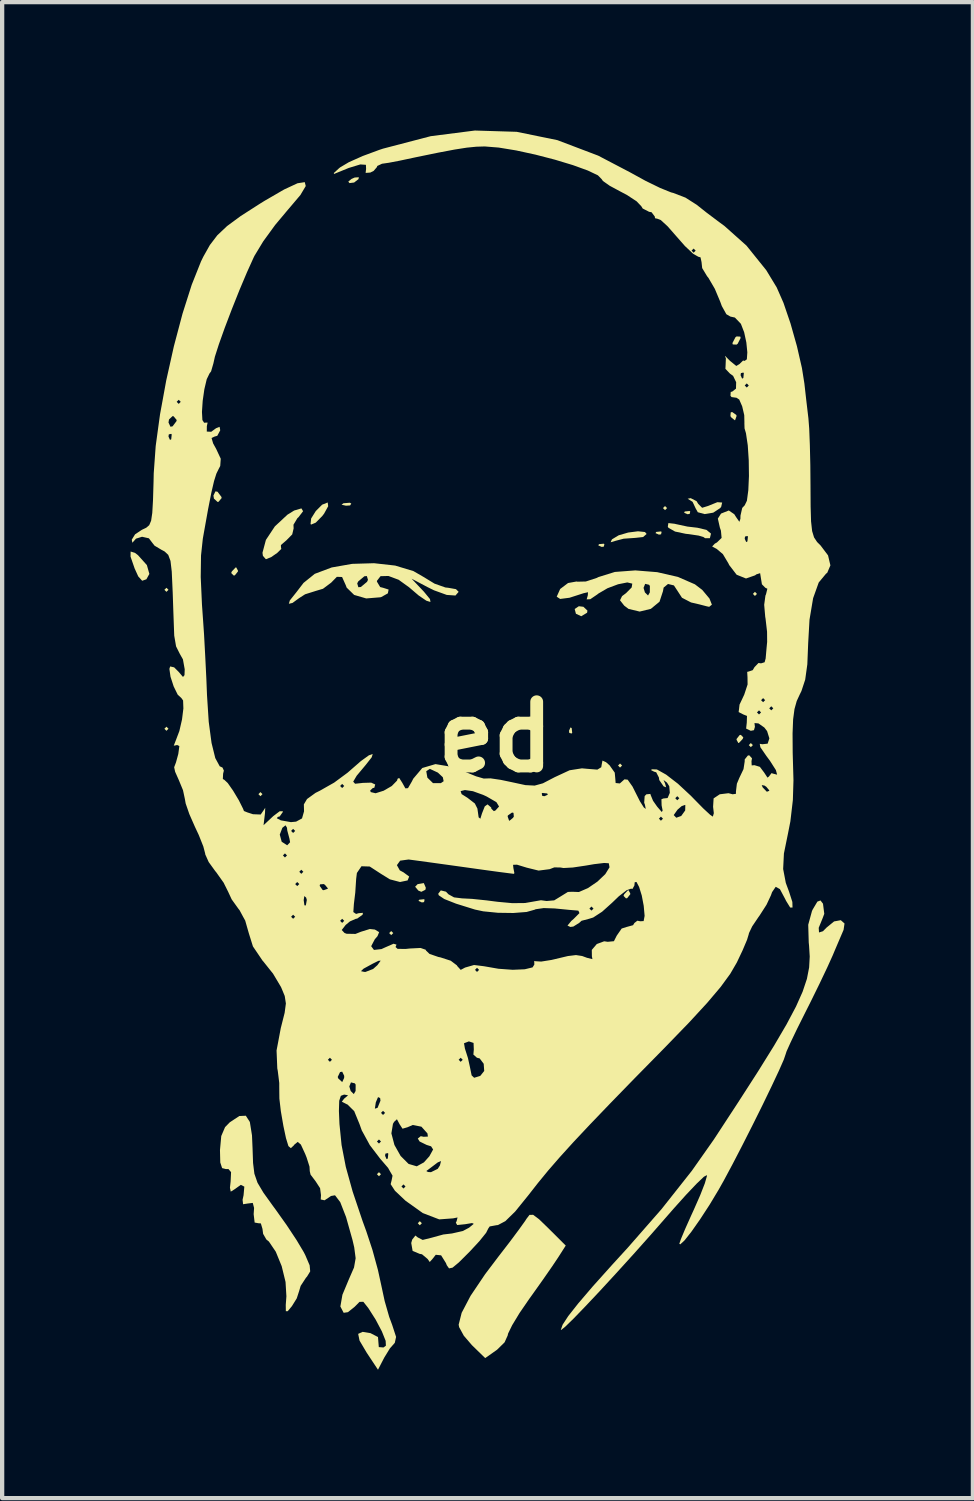
<source format=kicad_pcb>
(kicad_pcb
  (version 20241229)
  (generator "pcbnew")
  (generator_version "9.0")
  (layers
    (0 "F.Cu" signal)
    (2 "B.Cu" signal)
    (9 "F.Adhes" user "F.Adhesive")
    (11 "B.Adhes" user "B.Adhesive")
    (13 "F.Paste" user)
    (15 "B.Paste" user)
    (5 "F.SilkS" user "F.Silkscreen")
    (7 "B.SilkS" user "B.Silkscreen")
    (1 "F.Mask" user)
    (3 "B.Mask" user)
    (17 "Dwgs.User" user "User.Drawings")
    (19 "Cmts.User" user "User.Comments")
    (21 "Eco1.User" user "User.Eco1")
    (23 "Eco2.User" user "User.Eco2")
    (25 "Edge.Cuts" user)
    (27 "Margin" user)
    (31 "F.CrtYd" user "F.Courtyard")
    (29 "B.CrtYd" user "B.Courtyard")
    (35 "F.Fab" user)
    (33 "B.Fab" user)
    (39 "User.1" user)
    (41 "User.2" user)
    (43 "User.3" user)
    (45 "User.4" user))
  (footprint "ed"
    (layer "F.Cu")
    (at 8.526 14.169)
    (property "Reference" "ed" (at 0 0 0) (layer "F.SilkS") (effects (font (size 1.5 1.5) (thickness 0.3))))
    (attr board_only exclude_from_pos_files exclude_from_bom allow_missing_courtyard)
    (fp_poly (pts (xy -7.639 -3.438) (xy -7.687 -3.39) (xy -7.735 -3.438) (xy -7.687 -3.485)) (stroke (width 0) (type solid)) (fill yes) (layer "F.SilkS"))
    (fp_poly (pts (xy -7.639 -0.191) (xy -7.687 -0.143) (xy -7.735 -0.191) (xy -7.687 -0.239)) (stroke (width 0) (type solid)) (fill yes) (layer "F.SilkS"))
    (fp_poly (pts (xy -5.443 1.337) (xy -5.491 1.385) (xy -5.538 1.337) (xy -5.491 1.289)) (stroke (width 0) (type solid)) (fill yes) (layer "F.SilkS"))
    (fp_poly (pts (xy -2.674 10.217) (xy -2.721 10.265) (xy -2.769 10.217) (xy -2.721 10.17)) (stroke (width 0) (type solid)) (fill yes) (layer "F.SilkS"))
    (fp_poly (pts (xy -2.387 4.583) (xy -2.435 4.631) (xy -2.483 4.583) (xy -2.435 4.536)) (stroke (width 0) (type solid)) (fill yes) (layer "F.SilkS"))
    (fp_poly (pts (xy -1.719 11.363) (xy -1.767 11.411) (xy -1.814 11.363) (xy -1.767 11.315)) (stroke (width 0) (type solid)) (fill yes) (layer "F.SilkS"))
    (fp_poly (pts (xy 2.96 0.668) (xy 2.912 0.716) (xy 2.865 0.668) (xy 2.912 0.621)) (stroke (width 0) (type solid)) (fill yes) (layer "F.SilkS"))
    (fp_poly (pts (xy 4.011 -5.347) (xy 3.963 -5.3) (xy 3.915 -5.347) (xy 3.963 -5.395)) (stroke (width 0) (type solid)) (fill yes) (layer "F.SilkS"))
    (fp_poly (pts (xy 6.016 0.191) (xy 5.968 0.239) (xy 5.92 0.191) (xy 5.968 0.143)) (stroke (width 0) (type solid)) (fill yes) (layer "F.SilkS"))
    (fp_poly (pts (xy 6.111 -3.342) (xy 6.064 -3.294) (xy 6.016 -3.342) (xy 6.064 -3.39)) (stroke (width 0) (type solid)) (fill yes) (layer "F.SilkS"))
    (fp_poly (pts (xy -3.368 -5.453) (xy -3.396 -5.409) (xy -3.493 -5.403) (xy -3.595 -5.426) (xy -3.551 -5.46) (xy -3.402 -5.472)) (stroke (width 0) (type solid)) (fill yes) (layer "F.SilkS"))
    (fp_poly (pts (xy -1.655 3.804) (xy -1.668 3.86) (xy -1.719 3.867) (xy -1.797 3.832) (xy -1.782 3.804) (xy -1.669 3.792)) (stroke (width 0) (type solid)) (fill yes) (layer "F.SilkS"))
    (fp_poly (pts (xy 1.782 -0.207) (xy 1.794 -0.094) (xy 1.782 -0.08) (xy 1.726 -0.093) (xy 1.719 -0.143) (xy 1.754 -0.222)) (stroke (width 0) (type solid)) (fill yes) (layer "F.SilkS"))
    (fp_poly (pts (xy 2.546 -4.504) (xy 2.533 -4.447) (xy 2.483 -4.44) (xy 2.404 -4.475) (xy 2.419 -4.504) (xy 2.532 -4.515)) (stroke (width 0) (type solid)) (fill yes) (layer "F.SilkS"))
    (fp_poly (pts (xy 3.883 -4.79) (xy 3.87 -4.734) (xy 3.82 -4.727) (xy 3.741 -4.762) (xy 3.756 -4.79) (xy 3.869 -4.802)) (stroke (width 0) (type solid)) (fill yes) (layer "F.SilkS"))
    (fp_poly (pts (xy 4.552 -5.268) (xy 4.539 -5.211) (xy 4.488 -5.204) (xy 4.409 -5.239) (xy 4.424 -5.268) (xy 4.538 -5.279)) (stroke (width 0) (type solid)) (fill yes) (layer "F.SilkS"))
    (fp_poly (pts (xy -3.2 -13.033) (xy -3.302 -12.954) (xy -3.411 -12.941) (xy -3.438 -12.976) (xy -3.363 -13.038) (xy -3.289 -13.071) (xy -3.191 -13.077)) (stroke (width 0) (type solid)) (fill yes) (layer "F.SilkS"))
    (fp_poly (pts (xy -1.626 3.526) (xy -1.637 3.572) (xy -1.731 3.619) (xy -1.801 3.59) (xy -1.876 3.5) (xy -1.818 3.44) (xy -1.673 3.415)) (stroke (width 0) (type solid)) (fill yes) (layer "F.SilkS"))
    (fp_poly (pts (xy 2.056 -3.041) (xy 2.15 -2.952) (xy 2.142 -2.902) (xy 2.005 -2.82) (xy 1.881 -2.878) (xy 1.852 -2.989) (xy 1.949 -3.054)) (stroke (width 0) (type solid)) (fill yes) (layer "F.SilkS"))
    (fp_poly (pts (xy -6.493 -5.729) (xy -6.401 -5.607) (xy -6.398 -5.58) (xy -6.471 -5.493) (xy -6.493 -5.491) (xy -6.577 -5.568) (xy -6.589 -5.639) (xy -6.542 -5.738)) (stroke (width 0) (type solid)) (fill yes) (layer "F.SilkS"))
    (fp_poly (pts (xy -6.017 -3.889) (xy -6.016 -3.867) (xy -6.089 -3.775) (xy -6.117 -3.772) (xy -6.174 -3.83) (xy -6.159 -3.867) (xy -6.073 -3.958) (xy -6.058 -3.963)) (stroke (width 0) (type solid)) (fill yes) (layer "F.SilkS"))
    (fp_poly (pts (xy 3.15 3.655) (xy 3.151 3.676) (xy 3.078 3.768) (xy 3.05 3.772) (xy 2.993 3.713) (xy 3.008 3.676) (xy 3.094 3.585) (xy 3.109 3.581)) (stroke (width 0) (type solid)) (fill yes) (layer "F.SilkS"))
    (fp_poly (pts (xy 5.63 -7.522) (xy 5.634 -7.496) (xy 5.601 -7.403) (xy 5.592 -7.4) (xy 5.51 -7.467) (xy 5.491 -7.496) (xy 5.498 -7.584) (xy 5.533 -7.591)) (stroke (width 0) (type solid)) (fill yes) (layer "F.SilkS"))
    (fp_poly (pts (xy 5.722 -9.354) (xy 5.729 -9.321) (xy 5.66 -9.186) (xy 5.634 -9.167) (xy 5.546 -9.171) (xy 5.538 -9.203) (xy 5.608 -9.338) (xy 5.634 -9.358)) (stroke (width 0) (type solid)) (fill yes) (layer "F.SilkS"))
    (fp_poly (pts (xy 5.792 0.011) (xy 5.777 0.048) (xy 5.691 0.139) (xy 5.676 0.143) (xy 5.635 0.069) (xy 5.634 0.048) (xy 5.707 -0.044) (xy 5.735 -0.048)) (stroke (width 0) (type solid)) (fill yes) (layer "F.SilkS"))
    (fp_poly (pts (xy -8.423 -4.301) (xy -8.352 -4.247) (xy -8.144 -4.015) (xy -8.086 -3.809) (xy -8.155 -3.684) (xy -8.254 -3.649) (xy -8.346 -3.751) (xy -8.43 -3.936) (xy -8.526 -4.213) (xy -8.524 -4.332)) (stroke (width 0) (type solid)) (fill yes) (layer "F.SilkS"))
    (fp_poly (pts (xy -3.918 -5.475) (xy -3.908 -5.39) (xy -4.003 -5.218) (xy -4.044 -5.164) (xy -4.198 -5.007) (xy -4.306 -4.962) (xy -4.32 -4.974) (xy -4.306 -5.104) (xy -4.197 -5.278) (xy -4.05 -5.426) (xy -3.923 -5.477)) (stroke (width 0) (type solid)) (fill yes) (layer "F.SilkS"))
    (fp_poly (pts (xy 3.494 -4.788) (xy 3.533 -4.743) (xy 3.451 -4.671) (xy 3.27 -4.651) (xy 2.997 -4.632) (xy 2.817 -4.585) (xy 2.692 -4.548) (xy 2.719 -4.609) (xy 2.73 -4.621) (xy 2.88 -4.711) (xy 3.103 -4.776) (xy 3.331 -4.805)) (stroke (width 0) (type solid)) (fill yes) (layer "F.SilkS"))
    (fp_poly (pts (xy 4.191 -4.98) (xy 4.213 -4.974) (xy 4.487 -4.915) (xy 4.719 -4.888) (xy 4.931 -4.838) (xy 5.037 -4.751) (xy 5.011 -4.644) (xy 4.899 -4.643) (xy 4.862 -4.67) (xy 4.75 -4.704) (xy 4.522 -4.738) (xy 4.447 -4.746) (xy 4.197 -4.799) (xy 4.044 -4.886) (xy 4.028 -4.912) (xy 4.041 -4.997)) (stroke (width 0) (type solid)) (fill yes) (layer "F.SilkS"))
    (fp_poly (pts (xy 4.7 -5.509) (xy 4.739 -5.445) (xy 4.83 -5.354) (xy 4.969 -5.397) (xy 5.186 -5.485) (xy 5.298 -5.477) (xy 5.275 -5.377) (xy 5.252 -5.347) (xy 5.089 -5.24) (xy 4.889 -5.207) (xy 4.729 -5.25) (xy 4.679 -5.339) (xy 4.607 -5.493) (xy 4.56 -5.523) (xy 4.492 -5.566) (xy 4.563 -5.579)) (stroke (width 0) (type solid)) (fill yes) (layer "F.SilkS"))
    (fp_poly (pts (xy -4.494 -5.274) (xy -4.603 -5.132) (xy -4.626 -5.113) (xy -4.719 -4.958) (xy -4.715 -4.873) (xy -4.748 -4.732) (xy -4.885 -4.593) (xy -5.012 -4.484) (xy -5.011 -4.437) (xy -5.011 -4.437) (xy -5.003 -4.393) (xy -5.098 -4.3) (xy -5.236 -4.204) (xy -5.356 -4.154) (xy -5.366 -4.154) (xy -5.433 -4.232) (xy -5.443 -4.303) (xy -5.363 -4.603) (xy -5.154 -4.919) (xy -4.861 -5.192) (xy -4.703 -5.29) (xy -4.533 -5.34)) (stroke (width 0) (type solid)) (fill yes) (layer "F.SilkS"))
    (fp_poly (pts (xy 1.019 11.269) (xy 1.238 11.481) (xy 1.643 11.885) (xy 1.466 12.162) (xy 1.328 12.368) (xy 1.117 12.672) (xy 0.87 13.02) (xy 0.788 13.134) (xy 0.563 13.462) (xy 0.391 13.746) (xy 0.296 13.941) (xy 0.286 13.986) (xy 0.214 14.146) (xy 0.038 14.319) (xy 0.024 14.329) (xy -0.239 14.514) (xy -0.549 14.212) (xy -0.739 13.991) (xy -0.848 13.791) (xy -0.859 13.733) (xy -0.789 13.456) (xy -0.581 13.059) (xy -0.239 12.551) (xy 0.075 12.136) (xy 0.329 11.807) (xy 0.546 11.516) (xy 0.693 11.311) (xy 0.727 11.258) (xy 0.796 11.168) (xy 0.881 11.166)) (stroke (width 0) (type solid)) (fill yes) (layer "F.SilkS"))
    (fp_poly (pts (xy 3.78 -3.85) (xy 4.264 -3.739) (xy 4.661 -3.566) (xy 4.833 -3.435) (xy 5.001 -3.234) (xy 5.058 -3.091) (xy 4.995 -3.04) (xy 4.942 -3.051) (xy 4.761 -3.098) (xy 4.571 -3.142) (xy 4.359 -3.252) (xy 4.27 -3.389) (xy 4.171 -3.54) (xy 4.033 -3.574) (xy 3.93 -3.489) (xy 3.915 -3.405) (xy 3.834 -3.159) (xy 3.632 -2.993) (xy 3.371 -2.929) (xy 3.111 -2.991) (xy 3.01 -3.067) (xy 2.911 -3.193) (xy 2.959 -3.29) (xy 3.052 -3.36) (xy 3.174 -3.483) (xy 3.461 -3.483) (xy 3.493 -3.377) (xy 3.566 -3.305) (xy 3.608 -3.377) (xy 3.609 -3.526) (xy 3.591 -3.555) (xy 3.499 -3.577) (xy 3.461 -3.483) (xy 3.174 -3.483) (xy 3.183 -3.492) (xy 3.198 -3.582) (xy 3.082 -3.61) (xy 2.866 -3.567) (xy 2.618 -3.474) (xy 2.406 -3.35) (xy 2.38 -3.329) (xy 2.217 -3.218) (xy 2.132 -3.214) (xy 2.159 -3.311) (xy 2.163 -3.381) (xy 2.06 -3.358) (xy 1.731 -3.252) (xy 1.512 -3.224) (xy 1.432 -3.277) (xy 1.513 -3.457) (xy 1.697 -3.596) (xy 1.897 -3.632) (xy 1.915 -3.627) (xy 2.113 -3.632) (xy 2.369 -3.716) (xy 2.406 -3.735) (xy 2.791 -3.855) (xy 3.269 -3.891)) (stroke (width 0) (type solid)) (fill yes) (layer "F.SilkS"))
    (fp_poly (pts (xy -5.738 8.997) (xy -5.688 9.31) (xy -5.675 9.609) (xy -5.663 9.956) (xy -5.632 10.206) (xy -5.559 10.417) (xy -5.421 10.649) (xy -5.196 10.962) (xy -5.135 11.045) (xy -4.877 11.408) (xy -4.645 11.759) (xy -4.478 12.039) (xy -4.442 12.11) (xy -4.341 12.346) (xy -4.328 12.488) (xy -4.401 12.608) (xy -4.428 12.639) (xy -4.551 12.827) (xy -4.586 12.946) (xy -4.642 13.118) (xy -4.753 13.297) (xy -4.853 13.418) (xy -4.897 13.418) (xy -4.899 13.272) (xy -4.884 13.07) (xy -4.904 12.735) (xy -4.994 12.366) (xy -5.132 12.029) (xy -5.293 11.791) (xy -5.353 11.742) (xy -5.428 11.611) (xy -5.443 11.495) (xy -5.481 11.367) (xy -5.538 11.363) (xy -5.626 11.347) (xy -5.649 11.151) (xy -5.639 11.006) (xy -5.67 10.888) (xy -5.785 10.902) (xy -5.896 10.919) (xy -5.908 10.815) (xy -5.885 10.71) (xy -5.867 10.508) (xy -5.949 10.466) (xy -6.103 10.575) (xy -6.184 10.625) (xy -6.203 10.534) (xy -6.187 10.384) (xy -6.177 10.169) (xy -6.239 10.096) (xy -6.295 10.098) (xy -6.386 10.075) (xy -6.429 9.944) (xy -6.436 9.664) (xy -6.436 9.652) (xy -6.406 9.325) (xy -6.317 9.117) (xy -6.205 9.003) (xy -5.984 8.858) (xy -5.832 8.851)) (stroke (width 0) (type solid)) (fill yes) (layer "F.SilkS"))
    (fp_poly (pts (xy -2.343 -4.004) (xy -1.916 -3.875) (xy -1.689 -3.744) (xy -1.423 -3.582) (xy -1.169 -3.492) (xy -1.104 -3.485) (xy -0.922 -3.453) (xy -0.859 -3.39) (xy -0.934 -3.304) (xy -1.137 -3.318) (xy -1.435 -3.426) (xy -1.577 -3.496) (xy -1.958 -3.697) (xy -1.671 -3.394) (xy -1.529 -3.221) (xy -1.518 -3.153) (xy -1.614 -3.183) (xy -1.792 -3.304) (xy -2.017 -3.496) (xy -2.261 -3.672) (xy -2.5 -3.761) (xy -2.685 -3.756) (xy -2.768 -3.648) (xy -2.769 -3.629) (xy -2.693 -3.502) (xy -2.626 -3.485) (xy -2.496 -3.444) (xy -2.513 -3.355) (xy -2.665 -3.27) (xy -2.688 -3.263) (xy -3.019 -3.236) (xy -3.301 -3.318) (xy -3.476 -3.489) (xy -3.497 -3.545) (xy -3.516 -3.587) (xy -3.229 -3.587) (xy -3.203 -3.498) (xy -3.145 -3.503) (xy -3 -3.624) (xy -2.978 -3.67) (xy -3.004 -3.759) (xy -3.062 -3.754) (xy -3.206 -3.633) (xy -3.229 -3.587) (xy -3.516 -3.587) (xy -3.583 -3.737) (xy -3.705 -3.741) (xy -3.838 -3.605) (xy -4.029 -3.462) (xy -4.196 -3.412) (xy -4.447 -3.333) (xy -4.586 -3.244) (xy -4.741 -3.131) (xy -4.827 -3.111) (xy -4.804 -3.189) (xy -4.777 -3.223) (xy -4.651 -3.381) (xy -4.486 -3.596) (xy -4.485 -3.598) (xy -4.221 -3.811) (xy -3.825 -3.96) (xy -3.347 -4.044) (xy -2.836 -4.059)) (stroke (width 0) (type solid)) (fill yes) (layer "F.SilkS"))
    (fp_poly (pts (xy 7.654 3.897) (xy 7.684 4.133) (xy 7.643 4.242) (xy 7.554 4.46) (xy 7.561 4.569) (xy 7.653 4.54) (xy 7.738 4.454) (xy 7.913 4.311) (xy 8.07 4.282) (xy 8.157 4.359) (xy 8.135 4.508) (xy 8.054 4.697) (xy 7.935 4.976) (xy 7.879 5.109) (xy 7.756 5.381) (xy 7.575 5.762) (xy 7.364 6.192) (xy 7.239 6.44) (xy 7.05 6.818) (xy 6.899 7.133) (xy 6.803 7.346) (xy 6.78 7.417) (xy 6.738 7.54) (xy 6.624 7.799) (xy 6.454 8.161) (xy 6.245 8.594) (xy 6.012 9.063) (xy 5.772 9.537) (xy 5.542 9.981) (xy 5.337 10.364) (xy 5.22 10.572) (xy 5.003 10.933) (xy 4.782 11.272) (xy 4.58 11.56) (xy 4.418 11.765) (xy 4.318 11.857) (xy 4.297 11.842) (xy 4.335 11.732) (xy 4.434 11.495) (xy 4.578 11.173) (xy 4.633 11.053) (xy 4.784 10.71) (xy 4.893 10.431) (xy 4.941 10.263) (xy 4.941 10.239) (xy 4.872 10.276) (xy 4.704 10.436) (xy 4.457 10.696) (xy 4.156 11.031) (xy 4.027 11.179) (xy 3.637 11.625) (xy 3.23 12.082) (xy 2.826 12.527) (xy 2.445 12.941) (xy 2.105 13.302) (xy 1.828 13.589) (xy 1.631 13.781) (xy 1.534 13.858) (xy 1.528 13.855) (xy 1.57 13.734) (xy 1.701 13.533) (xy 1.932 13.24) (xy 2.272 12.842) (xy 2.732 12.329) (xy 3.091 11.936) (xy 3.883 11.031) (xy 4.589 10.138) (xy 5.104 9.406) (xy 5.669 8.542) (xy 6.135 7.818) (xy 6.51 7.215) (xy 6.803 6.715) (xy 7.023 6.3) (xy 7.178 5.953) (xy 7.278 5.654) (xy 7.33 5.387) (xy 7.344 5.132) (xy 7.328 4.872) (xy 7.321 4.806) (xy 7.309 4.388) (xy 7.397 4.067) (xy 7.414 4.031) (xy 7.523 3.848) (xy 7.596 3.821)) (stroke (width 0) (type solid)) (fill yes) (layer "F.SilkS"))
    (fp_poly (pts (xy 0.498 -14.139) (xy 1.449 -13.944) (xy 2.402 -13.582) (xy 3.141 -13.195) (xy 3.509 -12.993) (xy 3.849 -12.827) (xy 4.104 -12.724) (xy 4.157 -12.71) (xy 4.441 -12.601) (xy 4.703 -12.434) (xy 4.939 -12.247) (xy 5.236 -12.024) (xy 5.355 -11.936) (xy 5.866 -11.48) (xy 6.328 -10.906) (xy 6.572 -10.504) (xy 6.731 -10.142) (xy 6.895 -9.661) (xy 7.045 -9.13) (xy 7.162 -8.619) (xy 7.219 -8.26) (xy 7.261 -7.887) (xy 7.305 -7.513) (xy 7.313 -7.448) (xy 7.332 -7.202) (xy 7.347 -6.818) (xy 7.358 -6.351) (xy 7.362 -5.878) (xy 7.365 -5.381) (xy 7.375 -5.037) (xy 7.4 -4.81) (xy 7.445 -4.662) (xy 7.516 -4.555) (xy 7.597 -4.474) (xy 7.772 -4.242) (xy 7.827 -4.009) (xy 7.753 -3.835) (xy 7.725 -3.814) (xy 7.554 -3.608) (xy 7.423 -3.241) (xy 7.339 -2.74) (xy 7.308 -2.196) (xy 7.288 -1.697) (xy 7.238 -1.338) (xy 7.15 -1.071) (xy 7.116 -1.003) (xy 7.04 -0.838) (xy 6.988 -0.652) (xy 6.956 -0.411) (xy 6.943 -0.082) (xy 6.946 0.37) (xy 6.963 0.976) (xy 6.964 1.016) (xy 6.95 1.474) (xy 6.892 1.972) (xy 6.836 2.257) (xy 6.741 2.724) (xy 6.723 3.086) (xy 6.785 3.411) (xy 6.862 3.619) (xy 6.938 3.856) (xy 6.942 3.987) (xy 6.888 3.987) (xy 6.79 3.828) (xy 6.773 3.792) (xy 6.647 3.556) (xy 6.549 3.502) (xy 6.464 3.627) (xy 6.438 3.7) (xy 6.335 3.92) (xy 6.17 4.177) (xy 6.145 4.211) (xy 6 4.426) (xy 5.924 4.585) (xy 5.92 4.607) (xy 5.88 4.739) (xy 5.776 4.985) (xy 5.64 5.272) (xy 5.487 5.535) (xy 5.262 5.843) (xy 4.947 6.215) (xy 4.526 6.672) (xy 3.981 7.235) (xy 3.945 7.272) (xy 3.254 7.975) (xy 2.682 8.563) (xy 2.211 9.054) (xy 1.824 9.466) (xy 1.504 9.819) (xy 1.233 10.131) (xy 0.995 10.421) (xy 0.771 10.707) (xy 0.764 10.716) (xy 0.461 11.09) (xy 0.232 11.314) (xy 0.06 11.405) (xy 0.024 11.409) (xy -0.134 11.438) (xy -0.167 11.486) (xy -0.217 11.586) (xy -0.372 11.779) (xy -0.598 12.023) (xy -0.61 12.035) (xy -0.855 12.279) (xy -1.002 12.401) (xy -1.084 12.418) (xy -1.136 12.345) (xy -1.156 12.294) (xy -1.269 12.113) (xy -1.394 12.1) (xy -1.472 12.199) (xy -1.535 12.269) (xy -1.584 12.199) (xy -1.716 12.088) (xy -1.769 12.079) (xy -1.935 12.009) (xy -1.967 11.825) (xy -1.945 11.746) (xy -1.869 11.65) (xy -1.817 11.693) (xy -1.7 11.753) (xy -1.49 11.701) (xy -1.218 11.626) (xy -1.015 11.602) (xy -0.763 11.545) (xy -0.617 11.468) (xy -0.506 11.377) (xy -0.546 11.359) (xy -0.708 11.386) (xy -0.893 11.405) (xy -0.925 11.351) (xy -0.906 11.313) (xy -0.885 11.228) (xy -0.988 11.249) (xy -1.313 11.273) (xy -1.698 11.125) (xy -2.101 10.837) (xy -2.348 10.604) (xy -2.413 10.504) (xy -2.196 10.504) (xy -2.148 10.552) (xy -2.101 10.504) (xy -2.148 10.456) (xy -2.196 10.504) (xy -2.413 10.504) (xy -2.448 10.45) (xy -2.426 10.363) (xy -2.404 10.252) (xy -2.467 10.143) (xy -1.615 10.143) (xy -1.575 10.166) (xy -1.506 10.17) (xy -1.348 10.092) (xy -1.297 10.013) (xy -1.271 9.91) (xy -1.348 9.942) (xy -1.406 9.986) (xy -1.557 10.1) (xy -1.615 10.143) (xy -2.467 10.143) (xy -2.508 10.07) (xy -2.693 9.855) (xy -2.744 9.788) (xy -2.578 9.788) (xy -2.543 9.866) (xy -2.515 9.851) (xy -2.503 9.738) (xy -2.515 9.724) (xy -2.571 9.737) (xy -2.578 9.788) (xy -2.744 9.788) (xy -2.935 9.538) (xy -2.981 9.453) (xy -2.769 9.453) (xy -2.721 9.501) (xy -2.674 9.453) (xy -2.721 9.406) (xy -2.769 9.453) (xy -2.981 9.453) (xy -3.085 9.263) (xy -2.431 9.263) (xy -2.36 9.534) (xy -2.215 9.791) (xy -2.029 9.977) (xy -1.838 10.033) (xy -1.671 9.941) (xy -1.543 9.798) (xy -1.456 9.64) (xy -1.503 9.566) (xy -1.608 9.533) (xy -1.771 9.453) (xy -1.814 9.384) (xy -1.745 9.329) (xy -1.676 9.343) (xy -1.578 9.338) (xy -1.588 9.265) (xy -1.729 9.107) (xy -1.931 9.067) (xy -2.054 9.12) (xy -2.171 9.154) (xy -2.239 9.05) (xy -2.301 8.933) (xy -2.367 8.994) (xy -2.394 9.04) (xy -2.431 9.263) (xy -3.085 9.263) (xy -3.122 9.196) (xy -3.175 9.048) (xy -3.283 8.785) (xy -2.674 8.785) (xy -2.626 8.833) (xy -2.578 8.785) (xy -2.626 8.737) (xy -2.674 8.785) (xy -3.283 8.785) (xy -3.299 8.744) (xy -3.358 8.686) (xy -2.817 8.686) (xy -2.758 8.668) (xy -2.753 8.664) (xy -2.686 8.499) (xy -2.694 8.438) (xy -2.743 8.416) (xy -2.795 8.539) (xy -2.817 8.686) (xy -3.358 8.686) (xy -3.456 8.589) (xy -3.47 8.584) (xy -3.589 8.523) (xy -3.533 8.449) (xy -3.522 8.442) (xy -3.443 8.373) (xy -3.536 8.357) (xy -3.612 8.386) (xy -3.65 8.502) (xy -3.657 8.74) (xy -3.644 9.045) (xy -3.595 9.535) (xy -3.496 10.046) (xy -3.336 10.623) (xy -3.104 11.312) (xy -3.016 11.554) (xy -2.873 11.988) (xy -2.746 12.452) (xy -2.671 12.795) (xy -2.588 13.181) (xy -2.482 13.551) (xy -2.414 13.734) (xy -2.321 14.019) (xy -2.352 14.161) (xy -2.356 14.163) (xy -2.466 14.288) (xy -2.596 14.5) (xy -2.6 14.507) (xy -2.744 14.786) (xy -3.009 14.386) (xy -3.175 14.105) (xy -3.207 13.948) (xy -3.103 13.901) (xy -2.92 13.931) (xy -2.744 14.022) (xy -2.735 14.133) (xy -2.725 14.257) (xy -2.616 14.266) (xy -2.559 14.224) (xy -2.565 14.111) (xy -2.653 13.891) (xy -2.798 13.616) (xy -2.971 13.344) (xy -3.087 13.198) (xy -3.176 13.201) (xy -3.292 13.318) (xy -3.446 13.441) (xy -3.546 13.456) (xy -3.623 13.309) (xy -3.575 13.034) (xy -3.423 12.67) (xy -3.304 12.397) (xy -3.266 12.181) (xy -3.299 11.928) (xy -3.339 11.756) (xy -3.49 11.219) (xy -3.626 10.87) (xy -3.748 10.71) (xy -3.841 10.726) (xy -3.992 10.827) (xy -4.082 10.808) (xy -4.076 10.705) (xy -4.097 10.544) (xy -4.203 10.381) (xy -4.319 10.228) (xy -4.338 10.147) (xy -4.344 10.04) (xy -4.412 9.827) (xy -4.445 9.744) (xy -4.546 9.525) (xy -4.619 9.462) (xy -4.699 9.527) (xy -4.713 9.547) (xy -4.781 9.609) (xy -4.837 9.56) (xy -4.894 9.374) (xy -4.954 9.091) (xy -5.014 8.744) (xy -5.048 8.452) (xy -5.05 8.295) (xy -5.051 8.167) (xy -3.414 8.167) (xy -3.382 8.273) (xy -3.309 8.345) (xy -3.267 8.273) (xy -3.266 8.124) (xy -3.284 8.095) (xy -3.376 8.072) (xy -3.414 8.167) (xy -5.051 8.167) (xy -5.051 8.086) (xy -5.068 7.945) (xy -3.685 7.945) (xy -3.672 7.98) (xy -3.58 8.065) (xy -3.535 7.968) (xy -3.533 7.92) (xy -3.58 7.822) (xy -3.63 7.831) (xy -3.685 7.945) (xy -5.068 7.945) (xy -5.086 7.801) (xy -5.097 7.745) (xy -5.105 7.544) (xy -3.915 7.544) (xy -3.867 7.591) (xy -3.82 7.544) (xy -0.859 7.544) (xy -0.812 7.591) (xy -0.764 7.544) (xy -0.812 7.496) (xy -0.859 7.544) (xy -3.82 7.544) (xy -3.867 7.496) (xy -3.915 7.544) (xy -5.105 7.544) (xy -5.114 7.326) (xy -5.082 7.158) (xy -0.734 7.158) (xy -0.713 7.281) (xy -0.642 7.503) (xy -0.596 7.711) (xy -0.556 7.908) (xy -0.497 7.964) (xy -0.365 7.924) (xy -0.353 7.919) (xy -0.262 7.805) (xy -0.274 7.637) (xy -0.368 7.512) (xy -0.432 7.496) (xy -0.515 7.422) (xy -0.505 7.305) (xy -0.511 7.15) (xy -0.62 7.114) (xy -0.734 7.158) (xy -5.082 7.158) (xy -5.014 6.797) (xy -5.009 6.779) (xy -4.925 6.446) (xy -4.896 6.228) (xy -4.923 6.053) (xy -5.005 5.855) (xy -5.013 5.839) (xy -5.197 5.53) (xy -5.243 5.473) (xy -3.142 5.473) (xy -3.066 5.49) (xy -3.036 5.491) (xy -2.912 5.443) (xy -0.477 5.443) (xy -0.43 5.491) (xy -0.382 5.443) (xy -0.43 5.395) (xy -0.477 5.443) (xy -2.912 5.443) (xy -2.858 5.422) (xy -2.757 5.332) (xy -2.681 5.228) (xy -2.732 5.231) (xy -2.865 5.297) (xy -3.081 5.415) (xy -3.142 5.473) (xy -5.243 5.473) (xy -5.423 5.247) (xy -5.44 5.229) (xy -5.666 4.895) (xy -5.76 4.594) (xy -5.784 4.511) (xy -3.591 4.511) (xy -3.528 4.579) (xy -3.48 4.599) (xy -3.27 4.603) (xy -3.142 4.552) (xy -2.934 4.488) (xy -2.817 4.501) (xy -2.717 4.561) (xy -2.755 4.655) (xy -2.819 4.729) (xy -2.903 4.89) (xy -2.838 4.977) (xy -2.662 4.957) (xy -2.586 4.922) (xy -2.38 4.832) (xy -2.311 4.853) (xy -2.334 4.909) (xy -2.286 4.952) (xy -2.097 4.954) (xy -2.005 4.944) (xy -1.749 4.931) (xy -1.628 4.973) (xy -1.623 4.99) (xy -1.54 5.07) (xy -1.334 5.141) (xy -1.284 5.151) (xy -1.044 5.229) (xy -0.9 5.338) (xy -0.891 5.355) (xy -0.811 5.443) (xy -0.709 5.389) (xy -0.5 5.329) (xy -0.267 5.358) (xy 0.071 5.417) (xy 0.404 5.441) (xy 0.686 5.429) (xy 0.868 5.385) (xy 0.909 5.319) (xy 0.907 5.234) (xy 0.937 5.241) (xy 1.07 5.249) (xy 1.309 5.211) (xy 1.39 5.192) (xy 1.693 5.12) (xy 1.882 5.097) (xy 2.026 5.119) (xy 2.14 5.161) (xy 2.266 5.192) (xy 2.254 5.124) (xy 2.252 4.976) (xy 2.369 4.839) (xy 2.541 4.775) (xy 2.625 4.787) (xy 2.769 4.773) (xy 2.834 4.644) (xy 2.95 4.477) (xy 3.067 4.44) (xy 3.216 4.399) (xy 3.247 4.348) (xy 3.316 4.294) (xy 3.382 4.307) (xy 3.463 4.303) (xy 3.486 4.181) (xy 3.465 3.946) (xy 3.419 3.704) (xy 3.357 3.505) (xy 3.296 3.389) (xy 3.255 3.395) (xy 3.247 3.472) (xy 3.201 3.553) (xy 3.17 3.545) (xy 3.067 3.581) (xy 2.883 3.724) (xy 2.728 3.873) (xy 2.493 4.084) (xy 2.284 4.22) (xy 2.19 4.249) (xy 2.012 4.296) (xy 1.958 4.345) (xy 1.82 4.431) (xy 1.75 4.44) (xy 1.684 4.408) (xy 1.773 4.3) (xy 1.828 4.252) (xy 1.963 4.117) (xy 1.939 4.06) (xy 1.91 4.056) (xy 1.724 4.041) (xy 1.451 4.014) (xy 1.416 4.011) (xy 2.196 4.011) (xy 2.244 4.058) (xy 2.292 4.011) (xy 2.244 3.963) (xy 2.196 4.011) (xy 1.416 4.011) (xy 1.394 4.008) (xy 1.128 3.999) (xy 0.94 4.026) (xy 0.917 4.037) (xy 0.728 4.09) (xy 0.419 4.114) (xy 0.058 4.109) (xy -0.284 4.075) (xy -0.477 4.034) (xy -0.92 3.896) (xy -1.196 3.787) (xy -1.323 3.701) (xy -1.337 3.665) (xy -1.276 3.586) (xy -1.155 3.616) (xy -1.097 3.677) (xy -0.967 3.749) (xy -0.782 3.772) (xy -0.546 3.784) (xy -0.209 3.819) (xy 0.048 3.852) (xy 0.394 3.884) (xy 0.691 3.881) (xy 0.835 3.856) (xy 1.064 3.816) (xy 1.196 3.834) (xy 1.373 3.819) (xy 1.525 3.726) (xy 1.693 3.622) (xy 1.797 3.618) (xy 1.95 3.624) (xy 2.162 3.532) (xy 2.383 3.381) (xy 2.567 3.206) (xy 2.666 3.046) (xy 2.649 2.952) (xy 2.541 2.945) (xy 2.306 2.973) (xy 2.106 3.007) (xy 1.809 3.051) (xy 1.59 3.063) (xy 1.52 3.051) (xy 1.376 3.048) (xy 1.267 3.09) (xy 1.009 3.123) (xy 0.733 3.055) (xy 0.504 2.985) (xy 0.412 2.988) (xy 0.42 3.065) (xy 0.443 3.183) (xy 0.43 3.199) (xy 0.324 3.186) (xy 0.069 3.153) (xy -0.296 3.103) (xy -0.689 3.048) (xy -1.149 2.984) (xy -1.562 2.927) (xy -1.878 2.884) (xy -2.029 2.864) (xy -2.226 2.891) (xy -2.302 2.996) (xy -2.234 3.118) (xy -2.148 3.164) (xy -2.015 3.262) (xy -2.052 3.353) (xy -2.229 3.39) (xy -2.465 3.328) (xy -2.674 3.199) (xy -2.937 3.028) (xy -3.13 3.022) (xy -3.237 3.179) (xy -3.254 3.318) (xy -3.275 3.639) (xy -3.307 3.903) (xy -3.32 4.092) (xy -3.256 4.136) (xy -3.199 4.119) (xy -3.096 4.11) (xy -3.104 4.155) (xy -3.232 4.246) (xy -3.259 4.249) (xy -3.399 4.31) (xy -3.499 4.393) (xy -3.591 4.511) (xy -5.784 4.511) (xy -5.845 4.297) (xy -3.629 4.297) (xy -3.581 4.345) (xy -3.533 4.297) (xy -3.581 4.249) (xy -3.629 4.297) (xy -5.845 4.297) (xy -5.845 4.294) (xy -5.896 4.202) (xy -4.774 4.202) (xy -4.727 4.249) (xy -4.679 4.202) (xy -4.727 4.154) (xy -4.774 4.202) (xy -5.896 4.202) (xy -5.98 4.046) (xy -6.001 4.021) (xy -6.151 3.812) (xy -4.48 3.812) (xy -4.463 3.935) (xy -4.43 3.937) (xy -4.407 3.809) (xy -4.423 3.754) (xy -4.465 3.718) (xy -4.48 3.812) (xy -6.151 3.812) (xy -6.163 3.795) (xy -6.246 3.616) (xy -6.335 3.438) (xy -4.679 3.438) (xy -4.631 3.485) (xy -4.626 3.48) (xy -4.106 3.48) (xy -4.037 3.577) (xy -4.011 3.581) (xy -3.918 3.548) (xy -3.915 3.539) (xy -3.982 3.457) (xy -4.011 3.438) (xy -4.099 3.445) (xy -4.106 3.48) (xy -4.626 3.48) (xy -4.583 3.438) (xy -4.631 3.39) (xy -4.679 3.438) (xy -6.335 3.438) (xy -6.35 3.407) (xy -6.521 3.166) (xy -6.533 3.151) (xy -4.583 3.151) (xy -4.536 3.199) (xy -4.488 3.151) (xy -4.536 3.103) (xy -4.583 3.151) (xy -6.533 3.151) (xy -6.544 3.139) (xy -6.7 2.923) (xy -6.769 2.769) (xy -4.965 2.769) (xy -4.918 2.817) (xy -4.87 2.769) (xy -4.918 2.721) (xy -4.965 2.769) (xy -6.769 2.769) (xy -6.78 2.744) (xy -6.783 2.721) (xy -6.825 2.56) (xy -6.929 2.298) (xy -6.936 2.282) (xy -5.039 2.282) (xy -4.994 2.449) (xy -4.869 2.53) (xy -4.863 2.53) (xy -4.798 2.461) (xy -4.812 2.379) (xy -4.861 2.196) (xy -4.774 2.196) (xy -4.727 2.244) (xy -4.679 2.196) (xy -4.727 2.148) (xy -4.774 2.196) (xy -4.861 2.196) (xy -4.864 2.185) (xy -4.87 2.122) (xy -4.904 2.065) (xy -4.978 2.123) (xy -5.039 2.282) (xy -6.936 2.282) (xy -7.021 2.101) (xy -7.152 1.803) (xy -7.238 1.554) (xy -7.256 1.451) (xy -7.3 1.245) (xy -7.397 1.01) (xy -7.484 0.814) (xy -7.507 0.706) (xy -7.505 0.704) (xy -7.464 0.595) (xy -7.41 0.398) (xy -7.385 0.213) (xy -7.441 0.187) (xy -7.454 0.194) (xy -7.516 0.204) (xy -7.469 0.083) (xy -7.385 -0.138) (xy -7.323 -0.408) (xy -7.291 -0.666) (xy -7.298 -0.852) (xy -7.337 -0.907) (xy -7.424 -0.988) (xy -7.518 -1.18) (xy -7.592 -1.407) (xy -7.618 -1.59) (xy -7.6 -1.647) (xy -7.507 -1.626) (xy -7.402 -1.521) (xy -7.3 -1.401) (xy -7.265 -1.444) (xy -7.26 -1.58) (xy -7.302 -1.813) (xy -7.375 -1.942) (xy -7.462 -2.116) (xy -7.505 -2.367) (xy -7.514 -2.608) (xy -7.527 -2.971) (xy -7.541 -3.384) (xy -7.545 -3.47) (xy -7.563 -3.865) (xy -7.592 -4.112) (xy -7.645 -4.254) (xy -7.732 -4.335) (xy -7.797 -4.369) (xy -7.965 -4.469) (xy -8.021 -4.541) (xy -8.097 -4.641) (xy -8.257 -4.677) (xy -8.399 -4.633) (xy -8.418 -4.611) (xy -8.483 -4.537) (xy -8.497 -4.609) (xy -8.42 -4.734) (xy -8.26 -4.84) (xy -8.159 -4.888) (xy -8.089 -4.948) (xy -8.045 -5.052) (xy -8.018 -5.234) (xy -8.001 -5.529) (xy -7.988 -5.969) (xy -7.984 -6.159) (xy -7.938 -6.797) (xy -7.908 -7.018) (xy -7.639 -7.018) (xy -7.604 -6.94) (xy -7.575 -6.955) (xy -7.564 -7.068) (xy -7.575 -7.082) (xy -7.632 -7.069) (xy -7.639 -7.018) (xy -7.908 -7.018) (xy -7.863 -7.347) (xy -7.639 -7.347) (xy -7.593 -7.248) (xy -7.544 -7.257) (xy -7.452 -7.379) (xy -7.448 -7.406) (xy -7.521 -7.493) (xy -7.544 -7.496) (xy -7.627 -7.418) (xy -7.639 -7.347) (xy -7.863 -7.347) (xy -7.837 -7.536) (xy -7.783 -7.83) (xy -7.448 -7.83) (xy -7.4 -7.782) (xy -7.353 -7.83) (xy -7.4 -7.878) (xy -7.448 -7.83) (xy -7.783 -7.83) (xy -7.692 -8.329) (xy -7.513 -9.129) (xy -7.311 -9.891) (xy -7.096 -10.566) (xy -6.88 -11.109) (xy -6.826 -11.22) (xy -6.672 -11.494) (xy -6.498 -11.722) (xy -6.27 -11.937) (xy -5.952 -12.171) (xy -5.508 -12.456) (xy -5.395 -12.526) (xy -4.938 -12.791) (xy -4.624 -12.937) (xy -4.455 -12.963) (xy -4.432 -12.872) (xy -4.557 -12.662) (xy -4.833 -12.336) (xy -4.849 -12.318) (xy -5.147 -11.962) (xy -5.425 -11.58) (xy -5.628 -11.245) (xy -5.649 -11.203) (xy -5.805 -10.858) (xy -5.981 -10.441) (xy -6.159 -9.994) (xy -6.325 -9.558) (xy -6.462 -9.174) (xy -6.555 -8.884) (xy -6.589 -8.731) (xy -6.644 -8.541) (xy -6.681 -8.492) (xy -6.746 -8.357) (xy -6.801 -8.125) (xy -6.84 -7.853) (xy -6.857 -7.594) (xy -6.847 -7.404) (xy -6.805 -7.339) (xy -6.796 -7.343) (xy -6.725 -7.345) (xy -6.743 -7.262) (xy -6.744 -7.135) (xy -6.641 -7.13) (xy -6.528 -7.213) (xy -6.445 -7.246) (xy -6.43 -7.165) (xy -6.499 -7.036) (xy -6.562 -7.018) (xy -6.633 -6.985) (xy -6.596 -6.858) (xy -6.525 -6.73) (xy -6.418 -6.5) (xy -6.43 -6.331) (xy -6.465 -6.264) (xy -6.52 -6.152) (xy -6.575 -5.977) (xy -6.637 -5.71) (xy -6.714 -5.32) (xy -6.811 -4.778) (xy -6.837 -4.631) (xy -6.879 -4.24) (xy -6.886 -3.738) (xy -6.857 -3.093) (xy -6.834 -2.769) (xy -6.808 -2.39) (xy -6.781 -1.892) (xy -6.754 -1.35) (xy -6.739 -0.973) (xy -6.699 -0.354) (xy -6.633 0.141) (xy -6.546 0.494) (xy -6.442 0.686) (xy -6.377 0.716) (xy -6.345 0.787) (xy -6.363 0.859) (xy -6.369 0.983) (xy -6.334 1.003) (xy -6.255 1.077) (xy -6.129 1.257) (xy -5.996 1.479) (xy -5.896 1.679) (xy -5.876 1.731) (xy -5.795 1.764) (xy -5.665 1.806) (xy -5.485 1.813) (xy -5.406 1.699) (xy -5.379 1.655) (xy -5.384 1.777) (xy -5.386 1.796) (xy -5.418 2.063) (xy -5.192 1.851) (xy -5.041 1.737) (xy -4.967 1.738) (xy -4.965 1.75) (xy -5.041 1.858) (xy -5.085 1.869) (xy -5.108 1.9) (xy -5.015 1.949) (xy -4.778 1.991) (xy -4.657 1.979) (xy -4.519 1.904) (xy -4.472 1.739) (xy -4.476 1.576) (xy -4.402 1.451) (xy -4.203 1.307) (xy -4.099 1.255) (xy -3.907 1.146) (xy -3.629 1.146) (xy -3.581 1.194) (xy -3.533 1.146) (xy -3.581 1.098) (xy -3.629 1.146) (xy -3.907 1.146) (xy -3.769 1.068) (xy -3.455 0.836) (xy -3.408 0.795) (xy -3.143 0.564) (xy -2.957 0.43) (xy -2.867 0.399) (xy -2.892 0.478) (xy -3.032 0.656) (xy -3.242 0.907) (xy -3.323 1.045) (xy -3.279 1.094) (xy -3.112 1.076) (xy -3.101 1.074) (xy -2.902 1.068) (xy -2.809 1.111) (xy -2.83 1.188) (xy -2.865 1.194) (xy -2.927 1.252) (xy -2.913 1.289) (xy -2.8 1.316) (xy -2.641 1.266) (xy -0.813 1.266) (xy -0.79 1.336) (xy -0.653 1.422) (xy -0.481 1.555) (xy -0.421 1.674) (xy -0.392 1.879) (xy -0.352 1.911) (xy -0.337 1.862) (xy 0.286 1.862) (xy 0.319 1.955) (xy 0.329 1.958) (xy 0.387 1.91) (xy 3.82 1.91) (xy 3.867 1.958) (xy 3.915 1.91) (xy 3.867 1.862) (xy 3.82 1.91) (xy 0.387 1.91) (xy 0.41 1.891) (xy 0.43 1.862) (xy 0.427 1.826) (xy 4.166 1.826) (xy 4.226 1.888) (xy 4.341 1.847) (xy 4.434 1.718) (xy 4.437 1.594) (xy 4.433 1.588) (xy 4.351 1.617) (xy 4.255 1.7) (xy 4.166 1.826) (xy 0.427 1.826) (xy 0.422 1.774) (xy 0.388 1.767) (xy 0.29 1.836) (xy 0.286 1.862) (xy -0.337 1.862) (xy -0.315 1.79) (xy -0.249 1.623) (xy -0.184 1.576) (xy -0.099 1.649) (xy -0.095 1.677) (xy -0.037 1.734) (xy -0.000001 1.719) (xy 0.085 1.626) (xy 0.023 1.524) (xy -0.203 1.393) (xy -0.287 1.354) (xy -0.379 1.321) (xy 1.082 1.321) (xy 1.095 1.378) (xy 1.146 1.385) (xy 1.224 1.35) (xy 1.21 1.321) (xy 1.096 1.309) (xy 1.082 1.321) (xy -0.379 1.321) (xy -0.526 1.268) (xy -0.713 1.241) (xy -0.813 1.266) (xy -2.641 1.266) (xy -2.612 1.257) (xy -2.422 1.147) (xy -2.299 1.021) (xy -2.285 0.976) (xy -2.248 0.959) (xy -2.176 1.072) (xy -2.104 1.202) (xy -2.043 1.197) (xy -1.952 1.04) (xy -1.92 0.976) (xy -1.772 0.801) (xy -1.616 0.801) (xy -1.59 0.951) (xy -1.458 1.08) (xy -1.276 1.08) (xy -1.21 1.035) (xy -1.229 0.942) (xy -1.344 0.834) (xy -1.532 0.746) (xy -1.616 0.801) (xy -1.772 0.801) (xy -1.709 0.726) (xy -1.401 0.635) (xy -0.993 0.703) (xy -0.714 0.813) (xy -0.453 0.92) (xy -0.271 0.973) (xy -0.223 0.971) (xy -0.114 0.968) (xy 0.124 1.003) (xy 0.381 1.057) (xy 0.701 1.126) (xy 0.917 1.137) (xy 1.109 1.084) (xy 1.359 0.954) (xy 1.384 0.941) (xy 1.733 0.779) (xy 2.022 0.734) (xy 2.155 0.746) (xy 2.382 0.764) (xy 2.473 0.708) (xy 2.483 0.648) (xy 2.501 0.553) (xy 2.584 0.59) (xy 2.667 0.663) (xy 2.788 0.834) (xy 2.8 0.964) (xy 2.809 1.077) (xy 2.907 1.087) (xy 3.015 0.991) (xy 3.09 0.999) (xy 3.204 1.161) (xy 3.262 1.277) (xy 3.376 1.503) (xy 3.467 1.647) (xy 3.513 1.683) (xy 3.493 1.584) (xy 3.476 1.537) (xy 3.487 1.383) (xy 3.527 1.341) (xy 3.62 1.332) (xy 3.629 1.361) (xy 3.683 1.492) (xy 3.779 1.629) (xy 3.887 1.754) (xy 3.907 1.72) (xy 3.883 1.599) (xy 3.879 1.456) (xy 3.925 1.438) (xy 3.984 1.432) (xy 4.202 1.432) (xy 4.249 1.48) (xy 4.297 1.432) (xy 4.249 1.385) (xy 4.202 1.432) (xy 3.984 1.432) (xy 4.023 1.428) (xy 4.075 1.307) (xy 4.062 1.152) (xy 4.009 1.068) (xy 3.928 1.006) (xy 3.964 1.089) (xy 3.989 1.177) (xy 3.93 1.155) (xy 3.828 1.007) (xy 3.82 0.949) (xy 3.757 0.826) (xy 3.708 0.812) (xy 3.639 0.777) (xy 3.652 0.756) (xy 3.773 0.76) (xy 3.989 0.881) (xy 4.265 1.094) (xy 4.567 1.375) (xy 4.64 1.45) (xy 4.856 1.67) (xy 5.017 1.819) (xy 5.08 1.862) (xy 5.103 1.782) (xy 5.086 1.633) (xy 5.098 1.436) (xy 5.242 1.34) (xy 5.446 1.315) (xy 5.544 1.34) (xy 5.62 1.329) (xy 5.62 1.275) (xy 5.638 1.125) (xy 6.222 1.125) (xy 6.245 1.179) (xy 6.342 1.281) (xy 6.397 1.26) (xy 6.398 1.247) (xy 6.33 1.166) (xy 6.288 1.137) (xy 6.222 1.125) (xy 5.638 1.125) (xy 5.642 1.093) (xy 5.7 0.955) (xy 5.797 0.752) (xy 5.824 0.575) (xy 5.825 0.525) (xy 5.899 0.434) (xy 5.931 0.43) (xy 5.995 0.499) (xy 5.983 0.568) (xy 5.988 0.666) (xy 6.052 0.66) (xy 6.179 0.699) (xy 6.279 0.832) (xy 6.357 0.951) (xy 6.391 0.925) (xy 6.451 0.846) (xy 6.493 0.859) (xy 6.582 0.882) (xy 6.554 0.776) (xy 6.415 0.558) (xy 6.332 0.446) (xy 6.191 0.241) (xy 6.176 0.161) (xy 6.237 0.171) (xy 6.361 0.157) (xy 6.401 0.034) (xy 6.348 -0.136) (xy 6.283 -0.22) (xy 6.146 -0.316) (xy 6.053 -0.324) (xy 6.063 -0.239) (xy 6.064 -0.239) (xy 6.041 -0.158) (xy 5.967 -0.143) (xy 5.858 -0.195) (xy 5.873 -0.334) (xy 5.878 -0.491) (xy 5.792 -0.525) (xy 5.699 -0.573) (xy 6.111 -0.573) (xy 6.159 -0.525) (xy 6.207 -0.573) (xy 6.159 -0.621) (xy 6.111 -0.573) (xy 5.699 -0.573) (xy 5.683 -0.581) (xy 5.694 -0.668) (xy 6.398 -0.668) (xy 6.445 -0.621) (xy 6.493 -0.668) (xy 6.445 -0.716) (xy 6.398 -0.668) (xy 5.694 -0.668) (xy 5.704 -0.756) (xy 5.753 -0.859) (xy 6.207 -0.859) (xy 6.255 -0.812) (xy 6.302 -0.859) (xy 6.255 -0.907) (xy 6.207 -0.859) (xy 5.753 -0.859) (xy 5.814 -0.989) (xy 5.892 -1.226) (xy 5.89 -1.394) (xy 5.883 -1.52) (xy 5.919 -1.529) (xy 6.012 -1.56) (xy 6.053 -1.63) (xy 6.147 -1.728) (xy 6.206 -1.719) (xy 6.29 -1.745) (xy 6.314 -1.833) (xy 6.335 -2.073) (xy 6.349 -2.221) (xy 6.347 -2.458) (xy 6.312 -2.761) (xy 6.304 -2.808) (xy 6.28 -3.087) (xy 6.309 -3.303) (xy 6.322 -3.332) (xy 6.354 -3.463) (xy 6.307 -3.485) (xy 6.227 -3.566) (xy 6.207 -3.688) (xy 6.185 -3.826) (xy 6.096 -3.798) (xy 6.068 -3.776) (xy 5.855 -3.702) (xy 5.636 -3.79) (xy 5.461 -4.018) (xy 5.444 -4.055) (xy 5.315 -4.271) (xy 5.172 -4.392) (xy 5.064 -4.45) (xy 5.126 -4.516) (xy 5.177 -4.545) (xy 5.265 -4.631) (xy 5.825 -4.631) (xy 5.86 -4.553) (xy 5.888 -4.568) (xy 5.9 -4.681) (xy 5.888 -4.695) (xy 5.832 -4.682) (xy 5.825 -4.631) (xy 5.265 -4.631) (xy 5.285 -4.65) (xy 5.269 -4.82) (xy 5.245 -4.889) (xy 5.197 -5.101) (xy 5.271 -5.218) (xy 5.272 -5.219) (xy 5.453 -5.291) (xy 5.581 -5.204) (xy 5.626 -5.133) (xy 5.7 -5.027) (xy 5.724 -5.095) (xy 5.726 -5.172) (xy 5.767 -5.351) (xy 5.824 -5.411) (xy 5.876 -5.518) (xy 5.909 -5.764) (xy 5.924 -6.096) (xy 5.919 -6.464) (xy 5.896 -6.815) (xy 5.854 -7.097) (xy 5.821 -7.209) (xy 5.817 -7.336) (xy 5.818 -7.342) (xy 5.814 -7.519) (xy 5.766 -7.724) (xy 5.697 -7.883) (xy 5.633 -7.925) (xy 5.517 -7.941) (xy 5.492 -7.972) (xy 5.498 -8.061) (xy 5.533 -8.069) (xy 5.621 -8.138) (xy 5.623 -8.212) (xy 5.825 -8.212) (xy 5.873 -8.164) (xy 5.92 -8.212) (xy 5.873 -8.26) (xy 5.825 -8.212) (xy 5.623 -8.212) (xy 5.625 -8.288) (xy 5.554 -8.436) (xy 5.534 -8.451) (xy 5.729 -8.451) (xy 5.764 -8.372) (xy 5.793 -8.387) (xy 5.804 -8.5) (xy 5.793 -8.514) (xy 5.736 -8.501) (xy 5.729 -8.451) (xy 5.534 -8.451) (xy 5.481 -8.489) (xy 5.374 -8.601) (xy 5.378 -8.679) (xy 5.385 -8.849) (xy 5.364 -8.895) (xy 5.371 -8.899) (xy 5.478 -8.79) (xy 5.481 -8.787) (xy 5.628 -8.668) (xy 5.703 -8.713) (xy 5.704 -8.714) (xy 5.787 -8.795) (xy 5.823 -8.786) (xy 5.875 -8.823) (xy 5.886 -8.986) (xy 5.863 -9.217) (xy 5.812 -9.455) (xy 5.739 -9.644) (xy 5.73 -9.659) (xy 5.595 -9.799) (xy 5.49 -9.822) (xy 5.396 -9.877) (xy 5.29 -10.068) (xy 5.252 -10.171) (xy 5.126 -10.471) (xy 4.979 -10.723) (xy 4.945 -10.766) (xy 4.831 -10.955) (xy 4.816 -11.095) (xy 4.792 -11.206) (xy 4.741 -11.22) (xy 4.62 -11.289) (xy 4.542 -11.363) (xy 4.583 -11.363) (xy 4.631 -11.315) (xy 4.679 -11.363) (xy 4.631 -11.411) (xy 4.583 -11.363) (xy 4.542 -11.363) (xy 4.428 -11.47) (xy 4.231 -11.694) (xy 4.025 -11.929) (xy 3.864 -12.077) (xy 3.785 -12.108) (xy 3.729 -12.12) (xy 3.724 -12.159) (xy 3.648 -12.26) (xy 3.591 -12.27) (xy 3.441 -12.347) (xy 3.408 -12.401) (xy 3.298 -12.516) (xy 3.073 -12.663) (xy 2.92 -12.744) (xy 2.671 -12.878) (xy 2.512 -12.99) (xy 2.483 -13.032) (xy 2.395 -13.122) (xy 2.158 -13.235) (xy 1.81 -13.361) (xy 1.39 -13.488) (xy 0.935 -13.606) (xy 0.485 -13.704) (xy 0.077 -13.771) (xy -0.248 -13.797) (xy -0.256 -13.797) (xy -0.448 -13.791) (xy -0.67 -13.769) (xy -0.957 -13.724) (xy -1.342 -13.651) (xy -1.859 -13.545) (xy -2.249 -13.462) (xy -2.491 -13.416) (xy -2.65 -13.393) (xy -2.761 -13.341) (xy -2.769 -13.315) (xy -2.845 -13.226) (xy -2.923 -13.187) (xy -3.033 -13.179) (xy -3.022 -13.271) (xy -3.026 -13.368) (xy -3.157 -13.377) (xy -3.429 -13.294) (xy -3.772 -13.154) (xy -3.775 -13.177) (xy -3.657 -13.285) (xy -3.629 -13.308) (xy -3.425 -13.429) (xy -3.1 -13.574) (xy -2.716 -13.716) (xy -2.626 -13.746) (xy -1.512 -14.037) (xy -0.48 -14.169)) (stroke (width 0) (type solid)) (fill yes) (layer "F.SilkS")))
  (gr_rect
    (start -3 -3)
    (end 19.683 31.955)
    (stroke (width 0.1) (type default))
    (fill no)
    (layer "Edge.Cuts")))
</source>
